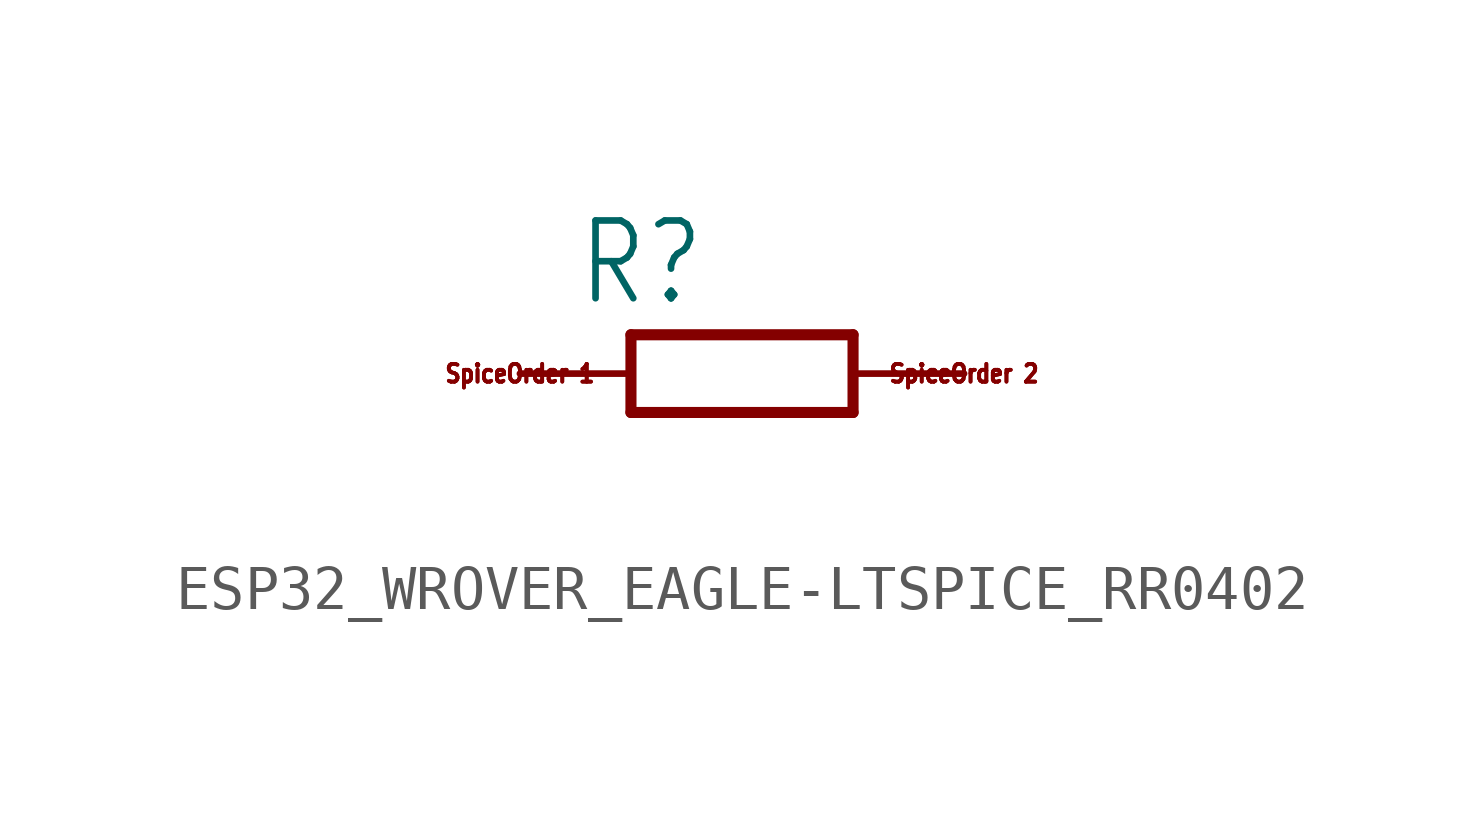
<source format=kicad_sym>
(kicad_symbol_lib
  (version 20220914)
  (generator kicad_symbol_editor)
  (symbol "ESP32_WROVER_EAGLE-LTSPICE_RR0402"
    (property "Reference" "R"
      (at -3.81 1.499 0)
      (effects (font (size 1.778 1.511)) (justify left bottom)))
    (property "Value" ""
      (at -3.81 -3.302 0)
      (effects (font (size 1.778 1.511)) (justify left bottom)))
    (property "ki_locked" ""
      (at 0 0 0)
      (effects (font (size 1.27 1.27))))
    (symbol "ESP32_WROVER_EAGLE-LTSPICE_RR0402_1_0"
      (polyline (pts (xy -2.54 -0.889) (xy -2.54 0.889)) (stroke (width 0.254) (type solid)) (fill (type none)))
      (polyline (pts (xy -2.54 -0.889) (xy 2.54 -0.889)) (stroke (width 0.254) (type solid)) (fill (type none)))
      (polyline (pts (xy 2.54 -0.889) (xy 2.54 0.889)) (stroke (width 0.254) (type solid)) (fill (type none)))
      (polyline (pts (xy 2.54 0.889) (xy -2.54 0.889)) (stroke (width 0.254) (type solid)) (fill (type none)))
      (text "SpiceOrder 1" (at -5.08 0 0) (effects (font (size 0.406 0.345))))
      (text "SpiceOrder 1" (at -5.08 0 0) (effects (font (size 0.406 0.345))))
      (text "SpiceOrder 2" (at 5.08 0 0) (effects (font (size 0.406 0.345))))
      (text "SpiceOrder 2" (at 5.08 0 0) (effects (font (size 0.406 0.345))))
      (pin passive line (at -5.08 0 0) (length 2.54) (name "1" (effects (font (size 0 0)))) (number "1" (effects (font (size 0 0)))))
      (pin passive line (at 5.08 0 180) (length 2.54) (name "2" (effects (font (size 0 0)))) (number "2" (effects (font (size 0 0))))))))
</source>
